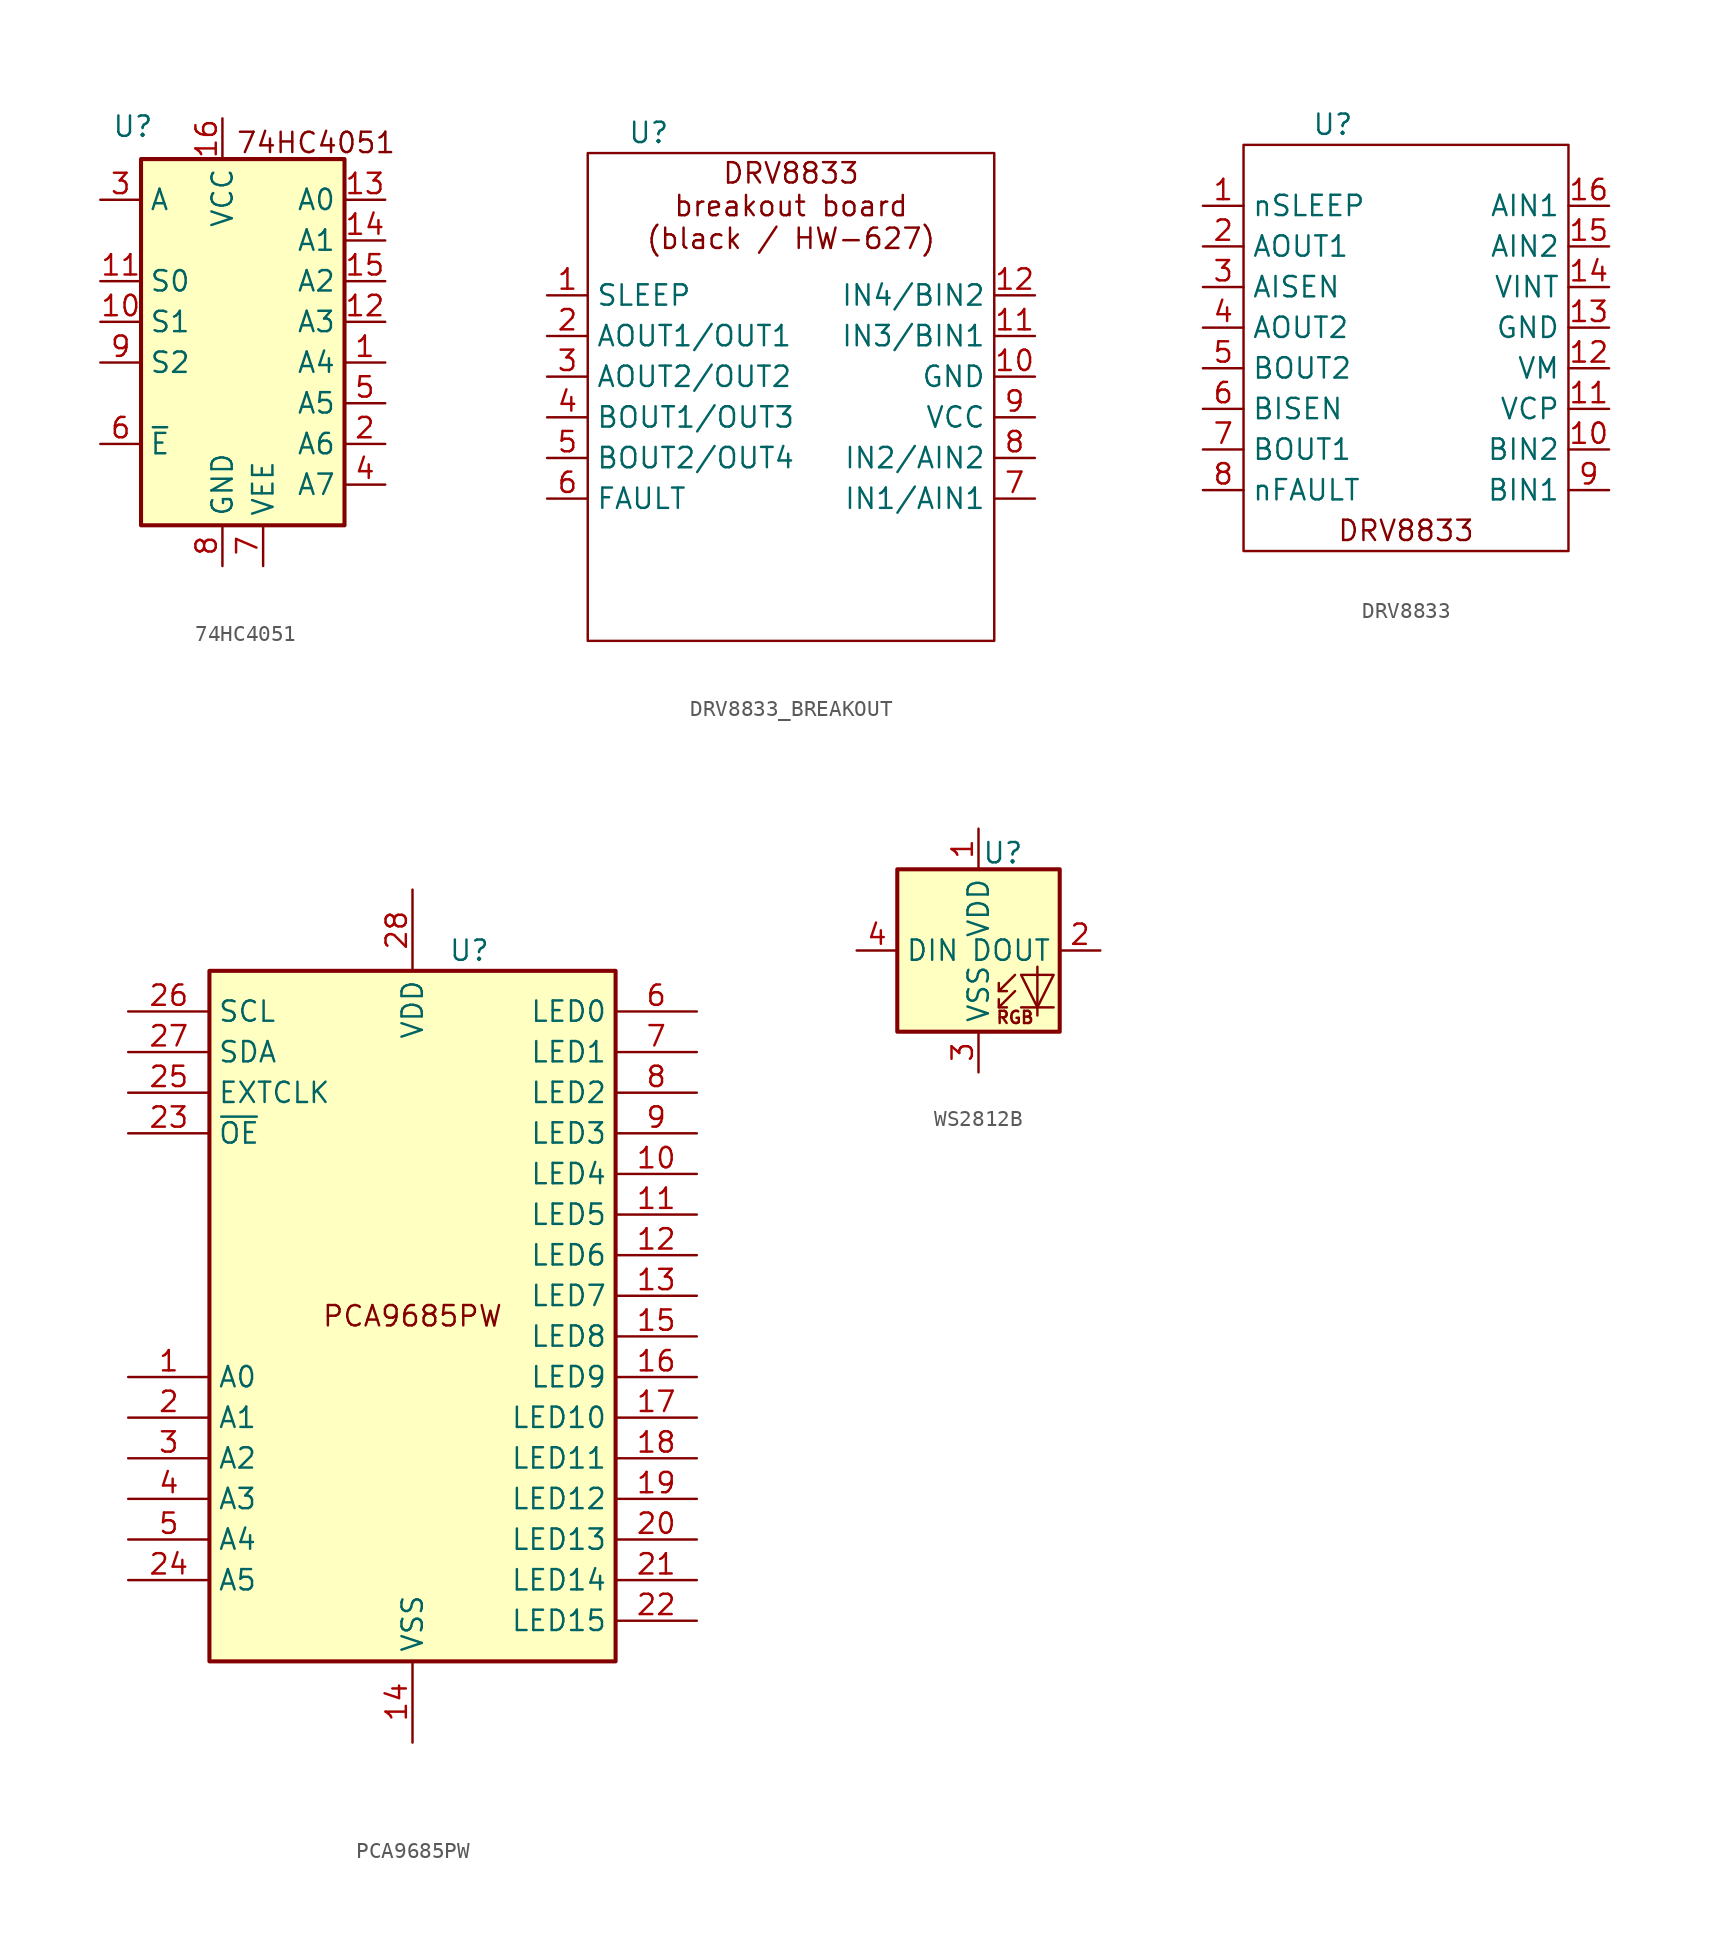
<source format=kicad_sym>
(kicad_symbol_lib
  (version 20241209)
  (generator "kicad_symbol_editor")
  (generator_version "9.0")
  (symbol "74HC4051"
    (property "Reference" "U"
      (at -5.588 12.192 0)
      (effects (font (size 1.27 1.27))))
    (property "Value" ""
      (at 0 0 0)
      (effects (font (size 1.27 1.27))))
    (symbol "74HC4051_0_1"
      (rectangle (start -5.08 10.16) (end 7.62 -12.7) (stroke (width 0.254) (type default)) (fill (type background))))
    (symbol "74HC4051_1_1"
      (text "74HC4051" (at 5.842 11.176 0) (effects (font (size 1.27 1.27))))
      (pin passive line (at -7.62 7.62 0) (length 2.54) (name "A" (effects (font (size 1.27 1.27)))) (number "3" (effects (font (size 1.27 1.27)))))
      (pin input line (at -7.62 2.54 0) (length 2.54) (name "S0" (effects (font (size 1.27 1.27)))) (number "11" (effects (font (size 1.27 1.27)))))
      (pin input line (at -7.62 0 0) (length 2.54) (name "S1" (effects (font (size 1.27 1.27)))) (number "10" (effects (font (size 1.27 1.27)))))
      (pin input line (at -7.62 -2.54 0) (length 2.54) (name "S2" (effects (font (size 1.27 1.27)))) (number "9" (effects (font (size 1.27 1.27)))))
      (pin input line (at -7.62 -7.62 0) (length 2.54) (name "~{E}" (effects (font (size 1.27 1.27)))) (number "6" (effects (font (size 1.27 1.27)))))
      (pin power_in line (at 0 12.7 270) (length 2.54) (name "VCC" (effects (font (size 1.27 1.27)))) (number "16" (effects (font (size 1.27 1.27)))))
      (pin power_in line (at 0 -15.24 90) (length 2.54) (name "GND" (effects (font (size 1.27 1.27)))) (number "8" (effects (font (size 1.27 1.27)))))
      (pin power_in line (at 2.54 -15.24 90) (length 2.54) (name "VEE" (effects (font (size 1.27 1.27)))) (number "7" (effects (font (size 1.27 1.27)))))
      (pin passive line (at 10.16 7.62 180) (length 2.54) (name "A0" (effects (font (size 1.27 1.27)))) (number "13" (effects (font (size 1.27 1.27)))))
      (pin passive line (at 10.16 5.08 180) (length 2.54) (name "A1" (effects (font (size 1.27 1.27)))) (number "14" (effects (font (size 1.27 1.27)))))
      (pin passive line (at 10.16 2.54 180) (length 2.54) (name "A2" (effects (font (size 1.27 1.27)))) (number "15" (effects (font (size 1.27 1.27)))))
      (pin passive line (at 10.16 0 180) (length 2.54) (name "A3" (effects (font (size 1.27 1.27)))) (number "12" (effects (font (size 1.27 1.27)))))
      (pin passive line (at 10.16 -2.54 180) (length 2.54) (name "A4" (effects (font (size 1.27 1.27)))) (number "1" (effects (font (size 1.27 1.27)))))
      (pin passive line (at 10.16 -5.08 180) (length 2.54) (name "A5" (effects (font (size 1.27 1.27)))) (number "5" (effects (font (size 1.27 1.27)))))
      (pin passive line (at 10.16 -7.62 180) (length 2.54) (name "A6" (effects (font (size 1.27 1.27)))) (number "2" (effects (font (size 1.27 1.27)))))
      (pin passive line (at 10.16 -10.16 180) (length 2.54) (name "A7" (effects (font (size 1.27 1.27)))) (number "4" (effects (font (size 1.27 1.27)))))))
  (symbol "DRV8833_BREAKOUT"
    (property "Reference" "U"
      (at -8.89 16.51 0)
      (effects (font (size 1.27 1.27))))
    (property "Value" ""
      (at 0 0 0)
      (effects (font (size 1.27 1.27))))
    (symbol "DRV8833_BREAKOUT_0_1"
      (rectangle (start -12.7 15.24) (end 12.7 -15.24) (stroke (width 0) (type default)) (fill (type none))))
    (symbol "DRV8833_BREAKOUT_1_1"
      (text "DRV8833\nbreakout board\n(black / HW-627)\n" (at 0 11.938 0) (effects (font (size 1.27 1.27))))
      (pin input line (at -15.24 6.35 0) (length 2.54) (name "SLEEP" (effects (font (size 1.27 1.27)))) (number "1" (effects (font (size 1.27 1.27)))))
      (pin output line (at -15.24 3.81 0) (length 2.54) (name "AOUT1/OUT1" (effects (font (size 1.27 1.27)))) (number "2" (effects (font (size 1.27 1.27)))))
      (pin output line (at -15.24 1.27 0) (length 2.54) (name "AOUT2/OUT2" (effects (font (size 1.27 1.27)))) (number "3" (effects (font (size 1.27 1.27)))))
      (pin output line (at -15.24 -1.27 0) (length 2.54) (name "BOUT1/OUT3" (effects (font (size 1.27 1.27)))) (number "4" (effects (font (size 1.27 1.27)))))
      (pin output line (at -15.24 -3.81 0) (length 2.54) (name "BOUT2/OUT4" (effects (font (size 1.27 1.27)))) (number "5" (effects (font (size 1.27 1.27)))))
      (pin output line (at -15.24 -6.35 0) (length 2.54) (name "FAULT" (effects (font (size 1.27 1.27)))) (number "6" (effects (font (size 1.27 1.27)))))
      (pin input line (at 15.24 6.35 180) (length 2.54) (name "IN4/BIN2" (effects (font (size 1.27 1.27)))) (number "12" (effects (font (size 1.27 1.27)))))
      (pin input line (at 15.24 3.81 180) (length 2.54) (name "IN3/BIN1" (effects (font (size 1.27 1.27)))) (number "11" (effects (font (size 1.27 1.27)))))
      (pin power_in line (at 15.24 1.27 180) (length 2.54) (name "GND" (effects (font (size 1.27 1.27)))) (number "10" (effects (font (size 1.27 1.27)))))
      (pin power_in line (at 15.24 -1.27 180) (length 2.54) (name "VCC" (effects (font (size 1.27 1.27)))) (number "9" (effects (font (size 1.27 1.27)))))
      (pin output line (at 15.24 -3.81 180) (length 2.54) (name "IN2/AIN2" (effects (font (size 1.27 1.27)))) (number "8" (effects (font (size 1.27 1.27)))))
      (pin output line (at 15.24 -6.35 180) (length 2.54) (name "IN1/AIN1" (effects (font (size 1.27 1.27)))) (number "7" (effects (font (size 1.27 1.27)))))))
  (symbol "DRV8833"
    (property "Reference" "U"
      (at -4.572 13.97 0)
      (effects (font (size 1.27 1.27))))
    (property "Value" ""
      (at 0 0 0)
      (effects (font (size 1.27 1.27))))
    (symbol "DRV8833_0_1"
      (rectangle (start -10.16 12.7) (end 10.16 -12.7) (stroke (width 0) (type default)) (fill (type none))))
    (symbol "DRV8833_1_1"
      (text "DRV8833" (at 0 -11.43 0) (effects (font (size 1.27 1.27))))
      (pin input line (at -12.7 8.89 0) (length 2.54) (name "nSLEEP" (effects (font (size 1.27 1.27)))) (number "1" (effects (font (size 1.27 1.27)))))
      (pin output line (at -12.7 6.35 0) (length 2.54) (name "AOUT1" (effects (font (size 1.27 1.27)))) (number "2" (effects (font (size 1.27 1.27)))))
      (pin output line (at -12.7 3.81 0) (length 2.54) (name "AISEN" (effects (font (size 1.27 1.27)))) (number "3" (effects (font (size 1.27 1.27)))))
      (pin output line (at -12.7 1.27 0) (length 2.54) (name "AOUT2" (effects (font (size 1.27 1.27)))) (number "4" (effects (font (size 1.27 1.27)))))
      (pin output line (at -12.7 -1.27 0) (length 2.54) (name "BOUT2" (effects (font (size 1.27 1.27)))) (number "5" (effects (font (size 1.27 1.27)))))
      (pin output line (at -12.7 -3.81 0) (length 2.54) (name "BISEN" (effects (font (size 1.27 1.27)))) (number "6" (effects (font (size 1.27 1.27)))))
      (pin output line (at -12.7 -6.35 0) (length 2.54) (name "BOUT1" (effects (font (size 1.27 1.27)))) (number "7" (effects (font (size 1.27 1.27)))))
      (pin output line (at -12.7 -8.89 0) (length 2.54) (name "nFAULT" (effects (font (size 1.27 1.27)))) (number "8" (effects (font (size 1.27 1.27)))))
      (pin input line (at 12.7 8.89 180) (length 2.54) (name "AIN1" (effects (font (size 1.27 1.27)))) (number "16" (effects (font (size 1.27 1.27)))))
      (pin input line (at 12.7 6.35 180) (length 2.54) (name "AIN2" (effects (font (size 1.27 1.27)))) (number "15" (effects (font (size 1.27 1.27)))))
      (pin input line (at 12.7 3.81 180) (length 2.54) (name "VINT" (effects (font (size 1.27 1.27)))) (number "14" (effects (font (size 1.27 1.27)))))
      (pin power_in line (at 12.7 1.27 180) (length 2.54) (name "GND" (effects (font (size 1.27 1.27)))) (number "13" (effects (font (size 1.27 1.27)))))
      (pin power_in line (at 12.7 -1.27 180) (length 2.54) (name "VM" (effects (font (size 1.27 1.27)))) (number "12" (effects (font (size 1.27 1.27)))))
      (pin bidirectional line (at 12.7 -3.81 180) (length 2.54) (name "VCP" (effects (font (size 1.27 1.27)))) (number "11" (effects (font (size 1.27 1.27)))))
      (pin bidirectional line (at 12.7 -6.35 180) (length 2.54) (name "BIN2" (effects (font (size 1.27 1.27)))) (number "10" (effects (font (size 1.27 1.27)))))
      (pin bidirectional line (at 12.7 -8.89 180) (length 2.54) (name "BIN1" (effects (font (size 1.27 1.27)))) (number "9" (effects (font (size 1.27 1.27)))))))
  (symbol "PCA9685PW"
    (property "Reference" "U"
      (at 3.556 22.86 0)
      (effects (font (size 1.27 1.27))))
    (property "Value" ""
      (at 0 0 0)
      (effects (font (size 1.27 1.27))))
    (symbol "PCA9685PW_0_1"
      (rectangle (start -12.7 21.59) (end 12.7 -21.59) (stroke (width 0.254) (type default)) (fill (type background))))
    (symbol "PCA9685PW_1_1"
      (text "PCA9685PW" (at 0 0 0) (effects (font (size 1.27 1.27))))
      (pin input line (at -17.78 19.05 0) (length 5.08) (name "SCL" (effects (font (size 1.27 1.27)))) (number "26" (effects (font (size 1.27 1.27)))))
      (pin bidirectional line (at -17.78 16.51 0) (length 5.08) (name "SDA" (effects (font (size 1.27 1.27)))) (number "27" (effects (font (size 1.27 1.27)))))
      (pin input line (at -17.78 13.97 0) (length 5.08) (name "EXTCLK" (effects (font (size 1.27 1.27)))) (number "25" (effects (font (size 1.27 1.27)))))
      (pin input line (at -17.78 11.43 0) (length 5.08) (name "~{OE}" (effects (font (size 1.27 1.27)))) (number "23" (effects (font (size 1.27 1.27)))))
      (pin input line (at -17.78 -3.81 0) (length 5.08) (name "A0" (effects (font (size 1.27 1.27)))) (number "1" (effects (font (size 1.27 1.27)))))
      (pin input line (at -17.78 -6.35 0) (length 5.08) (name "A1" (effects (font (size 1.27 1.27)))) (number "2" (effects (font (size 1.27 1.27)))))
      (pin input line (at -17.78 -8.89 0) (length 5.08) (name "A2" (effects (font (size 1.27 1.27)))) (number "3" (effects (font (size 1.27 1.27)))))
      (pin input line (at -17.78 -11.43 0) (length 5.08) (name "A3" (effects (font (size 1.27 1.27)))) (number "4" (effects (font (size 1.27 1.27)))))
      (pin input line (at -17.78 -13.97 0) (length 5.08) (name "A4" (effects (font (size 1.27 1.27)))) (number "5" (effects (font (size 1.27 1.27)))))
      (pin input line (at -17.78 -16.51 0) (length 5.08) (name "A5" (effects (font (size 1.27 1.27)))) (number "24" (effects (font (size 1.27 1.27)))))
      (pin power_in line (at 0 26.67 270) (length 5.08) (name "VDD" (effects (font (size 1.27 1.27)))) (number "28" (effects (font (size 1.27 1.27)))))
      (pin power_in line (at 0 -26.67 90) (length 5.08) (name "VSS" (effects (font (size 1.27 1.27)))) (number "14" (effects (font (size 1.27 1.27)))))
      (pin output line (at 17.78 19.05 180) (length 5.08) (name "LED0" (effects (font (size 1.27 1.27)))) (number "6" (effects (font (size 1.27 1.27)))))
      (pin output line (at 17.78 16.51 180) (length 5.08) (name "LED1" (effects (font (size 1.27 1.27)))) (number "7" (effects (font (size 1.27 1.27)))))
      (pin output line (at 17.78 13.97 180) (length 5.08) (name "LED2" (effects (font (size 1.27 1.27)))) (number "8" (effects (font (size 1.27 1.27)))))
      (pin output line (at 17.78 11.43 180) (length 5.08) (name "LED3" (effects (font (size 1.27 1.27)))) (number "9" (effects (font (size 1.27 1.27)))))
      (pin output line (at 17.78 8.89 180) (length 5.08) (name "LED4" (effects (font (size 1.27 1.27)))) (number "10" (effects (font (size 1.27 1.27)))))
      (pin output line (at 17.78 6.35 180) (length 5.08) (name "LED5" (effects (font (size 1.27 1.27)))) (number "11" (effects (font (size 1.27 1.27)))))
      (pin output line (at 17.78 3.81 180) (length 5.08) (name "LED6" (effects (font (size 1.27 1.27)))) (number "12" (effects (font (size 1.27 1.27)))))
      (pin output line (at 17.78 1.27 180) (length 5.08) (name "LED7" (effects (font (size 1.27 1.27)))) (number "13" (effects (font (size 1.27 1.27)))))
      (pin output line (at 17.78 -1.27 180) (length 5.08) (name "LED8" (effects (font (size 1.27 1.27)))) (number "15" (effects (font (size 1.27 1.27)))))
      (pin output line (at 17.78 -3.81 180) (length 5.08) (name "LED9" (effects (font (size 1.27 1.27)))) (number "16" (effects (font (size 1.27 1.27)))))
      (pin output line (at 17.78 -6.35 180) (length 5.08) (name "LED10" (effects (font (size 1.27 1.27)))) (number "17" (effects (font (size 1.27 1.27)))))
      (pin output line (at 17.78 -8.89 180) (length 5.08) (name "LED11" (effects (font (size 1.27 1.27)))) (number "18" (effects (font (size 1.27 1.27)))))
      (pin output line (at 17.78 -11.43 180) (length 5.08) (name "LED12" (effects (font (size 1.27 1.27)))) (number "19" (effects (font (size 1.27 1.27)))))
      (pin output line (at 17.78 -13.97 180) (length 5.08) (name "LED13" (effects (font (size 1.27 1.27)))) (number "20" (effects (font (size 1.27 1.27)))))
      (pin output line (at 17.78 -16.51 180) (length 5.08) (name "LED14" (effects (font (size 1.27 1.27)))) (number "21" (effects (font (size 1.27 1.27)))))
      (pin output line (at 17.78 -19.05 180) (length 5.08) (name "LED15" (effects (font (size 1.27 1.27)))) (number "22" (effects (font (size 1.27 1.27)))))))
  (symbol "WS2812B"
    (property "Reference" "U"
      (at 1.524 6.096 0)
      (effects (font (size 1.27 1.27))))
    (property "Value" ""
      (at 0 0 0)
      (effects (font (size 1.27 1.27))))
    (symbol "WS2812B_0_0"
      (text "RGB" (at 2.286 -4.191 0) (effects (font (size 0.762 0.762)))))
    (symbol "WS2812B_0_1"
      (polyline (pts (xy 1.27 -2.54) (xy 1.778 -2.54)) (stroke (width 0) (type default)) (fill (type none)))
      (polyline (pts (xy 1.27 -3.556) (xy 1.778 -3.556)) (stroke (width 0) (type default)) (fill (type none)))
      (polyline (pts (xy 2.286 -1.524) (xy 1.27 -2.54) (xy 1.27 -2.032)) (stroke (width 0) (type default)) (fill (type none)))
      (polyline (pts (xy 2.286 -2.54) (xy 1.27 -3.556) (xy 1.27 -3.048)) (stroke (width 0) (type default)) (fill (type none)))
      (polyline (pts (xy 3.683 -1.016) (xy 3.683 -3.556) (xy 3.683 -4.064)) (stroke (width 0) (type default)) (fill (type none)))
      (polyline (pts (xy 4.699 -1.524) (xy 2.667 -1.524) (xy 3.683 -3.556) (xy 4.699 -1.524)) (stroke (width 0) (type default)) (fill (type none)))
      (polyline (pts (xy 4.699 -3.556) (xy 2.667 -3.556)) (stroke (width 0) (type default)) (fill (type none)))
      (rectangle (start 5.08 5.08) (end -5.08 -5.08) (stroke (width 0.254) (type default)) (fill (type background))))
    (symbol "WS2812B_1_1"
      (pin input line (at -7.62 0 0) (length 2.54) (name "DIN" (effects (font (size 1.27 1.27)))) (number "4" (effects (font (size 1.27 1.27)))))
      (pin power_in line (at 0 7.62 270) (length 2.54) (name "VDD" (effects (font (size 1.27 1.27)))) (number "1" (effects (font (size 1.27 1.27)))))
      (pin power_in line (at 0 -7.62 90) (length 2.54) (name "VSS" (effects (font (size 1.27 1.27)))) (number "3" (effects (font (size 1.27 1.27)))))
      (pin output line (at 7.62 0 180) (length 2.54) (name "DOUT" (effects (font (size 1.27 1.27)))) (number "2" (effects (font (size 1.27 1.27))))))))
</source>
